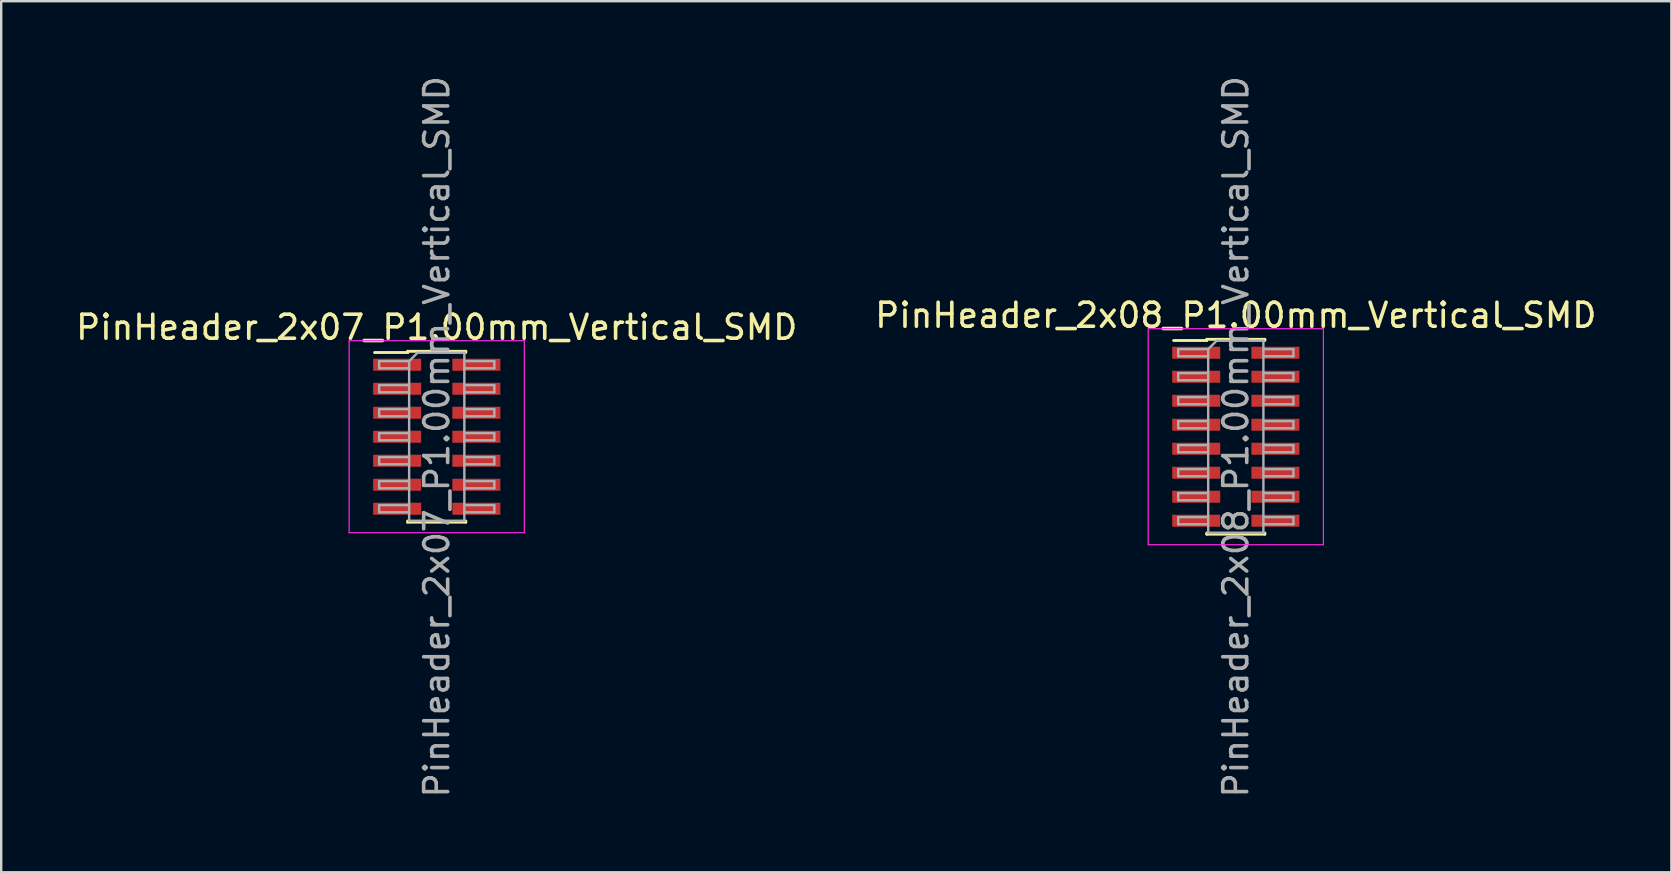
<source format=kicad_pcb>
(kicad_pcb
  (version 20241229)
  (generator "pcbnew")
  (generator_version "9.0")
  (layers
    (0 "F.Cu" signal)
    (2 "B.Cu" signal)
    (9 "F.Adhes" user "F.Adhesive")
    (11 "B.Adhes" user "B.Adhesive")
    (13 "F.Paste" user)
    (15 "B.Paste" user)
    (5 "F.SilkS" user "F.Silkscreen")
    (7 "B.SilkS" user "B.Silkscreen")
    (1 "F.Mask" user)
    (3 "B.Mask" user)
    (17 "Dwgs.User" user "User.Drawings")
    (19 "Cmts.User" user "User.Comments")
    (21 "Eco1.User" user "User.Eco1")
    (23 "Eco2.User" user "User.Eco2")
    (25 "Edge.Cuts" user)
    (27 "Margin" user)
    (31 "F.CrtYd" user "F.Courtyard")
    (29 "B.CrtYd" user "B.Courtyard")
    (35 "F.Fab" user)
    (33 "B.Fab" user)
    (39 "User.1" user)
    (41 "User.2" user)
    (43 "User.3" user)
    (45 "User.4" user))
  (footprint "PinHeader_2x08_P1.00mm_Vertical_SMD"
    (layer "F.Cu")
    (at 48.446 15.149)
    (property "Reference" "PinHeader_2x08_P1.00mm_Vertical_SMD" (at 0 -5.06 0) (layer "F.SilkS") (effects (font (size 1 1) (thickness 0.15))))
    (attr smd)
    (fp_line (start -2.59 -4.01) (end -1.21 -4.01) (stroke (width 0.12) (type solid)) (layer "F.SilkS"))
    (fp_line (start -1.21 -4.06) (end -1.21 -4.01) (stroke (width 0.12) (type solid)) (layer "F.SilkS"))
    (fp_line (start -1.21 -4.06) (end 1.21 -4.06) (stroke (width 0.12) (type solid)) (layer "F.SilkS"))
    (fp_line (start -1.21 4.01) (end -1.21 4.06) (stroke (width 0.12) (type solid)) (layer "F.SilkS"))
    (fp_line (start -1.21 4.06) (end 1.21 4.06) (stroke (width 0.12) (type solid)) (layer "F.SilkS"))
    (fp_line (start 1.21 -4.06) (end 1.21 -4.01) (stroke (width 0.12) (type solid)) (layer "F.SilkS"))
    (fp_line (start 1.21 4.01) (end 1.21 4.06) (stroke (width 0.12) (type solid)) (layer "F.SilkS"))
    (fp_line (start -3.65 -4.5) (end -3.65 4.5) (stroke (width 0.05) (type solid)) (layer "F.CrtYd"))
    (fp_line (start -3.65 4.5) (end 3.65 4.5) (stroke (width 0.05) (type solid)) (layer "F.CrtYd"))
    (fp_line (start 3.65 -4.5) (end -3.65 -4.5) (stroke (width 0.05) (type solid)) (layer "F.CrtYd"))
    (fp_line (start 3.65 4.5) (end 3.65 -4.5) (stroke (width 0.05) (type solid)) (layer "F.CrtYd"))
    (fp_line (start -2.4 -3.65) (end -2.4 -3.35) (stroke (width 0.1) (type solid)) (layer "F.Fab"))
    (fp_line (start -2.4 -3.35) (end -1.15 -3.35) (stroke (width 0.1) (type solid)) (layer "F.Fab"))
    (fp_line (start -2.4 -2.65) (end -2.4 -2.35) (stroke (width 0.1) (type solid)) (layer "F.Fab"))
    (fp_line (start -2.4 -2.35) (end -1.15 -2.35) (stroke (width 0.1) (type solid)) (layer "F.Fab"))
    (fp_line (start -2.4 -1.65) (end -2.4 -1.35) (stroke (width 0.1) (type solid)) (layer "F.Fab"))
    (fp_line (start -2.4 -1.35) (end -1.15 -1.35) (stroke (width 0.1) (type solid)) (layer "F.Fab"))
    (fp_line (start -2.4 -0.65) (end -2.4 -0.35) (stroke (width 0.1) (type solid)) (layer "F.Fab"))
    (fp_line (start -2.4 -0.35) (end -1.15 -0.35) (stroke (width 0.1) (type solid)) (layer "F.Fab"))
    (fp_line (start -2.4 0.35) (end -2.4 0.65) (stroke (width 0.1) (type solid)) (layer "F.Fab"))
    (fp_line (start -2.4 0.65) (end -1.15 0.65) (stroke (width 0.1) (type solid)) (layer "F.Fab"))
    (fp_line (start -2.4 1.35) (end -2.4 1.65) (stroke (width 0.1) (type solid)) (layer "F.Fab"))
    (fp_line (start -2.4 1.65) (end -1.15 1.65) (stroke (width 0.1) (type solid)) (layer "F.Fab"))
    (fp_line (start -2.4 2.35) (end -2.4 2.65) (stroke (width 0.1) (type solid)) (layer "F.Fab"))
    (fp_line (start -2.4 2.65) (end -1.15 2.65) (stroke (width 0.1) (type solid)) (layer "F.Fab"))
    (fp_line (start -2.4 3.35) (end -2.4 3.65) (stroke (width 0.1) (type solid)) (layer "F.Fab"))
    (fp_line (start -2.4 3.65) (end -1.15 3.65) (stroke (width 0.1) (type solid)) (layer "F.Fab"))
    (fp_line (start -1.15 -3.65) (end -2.4 -3.65) (stroke (width 0.1) (type solid)) (layer "F.Fab"))
    (fp_line (start -1.15 -3.65) (end -0.8 -4) (stroke (width 0.1) (type solid)) (layer "F.Fab"))
    (fp_line (start -1.15 -2.65) (end -2.4 -2.65) (stroke (width 0.1) (type solid)) (layer "F.Fab"))
    (fp_line (start -1.15 -1.65) (end -2.4 -1.65) (stroke (width 0.1) (type solid)) (layer "F.Fab"))
    (fp_line (start -1.15 -0.65) (end -2.4 -0.65) (stroke (width 0.1) (type solid)) (layer "F.Fab"))
    (fp_line (start -1.15 0.35) (end -2.4 0.35) (stroke (width 0.1) (type solid)) (layer "F.Fab"))
    (fp_line (start -1.15 1.35) (end -2.4 1.35) (stroke (width 0.1) (type solid)) (layer "F.Fab"))
    (fp_line (start -1.15 2.35) (end -2.4 2.35) (stroke (width 0.1) (type solid)) (layer "F.Fab"))
    (fp_line (start -1.15 3.35) (end -2.4 3.35) (stroke (width 0.1) (type solid)) (layer "F.Fab"))
    (fp_line (start -1.15 4) (end -1.15 -3.65) (stroke (width 0.1) (type solid)) (layer "F.Fab"))
    (fp_line (start -0.8 -4) (end 1.15 -4) (stroke (width 0.1) (type solid)) (layer "F.Fab"))
    (fp_line (start 1.15 -4) (end 1.15 4) (stroke (width 0.1) (type solid)) (layer "F.Fab"))
    (fp_line (start 1.15 -3.65) (end 2.4 -3.65) (stroke (width 0.1) (type solid)) (layer "F.Fab"))
    (fp_line (start 1.15 -2.65) (end 2.4 -2.65) (stroke (width 0.1) (type solid)) (layer "F.Fab"))
    (fp_line (start 1.15 -1.65) (end 2.4 -1.65) (stroke (width 0.1) (type solid)) (layer "F.Fab"))
    (fp_line (start 1.15 -0.65) (end 2.4 -0.65) (stroke (width 0.1) (type solid)) (layer "F.Fab"))
    (fp_line (start 1.15 0.35) (end 2.4 0.35) (stroke (width 0.1) (type solid)) (layer "F.Fab"))
    (fp_line (start 1.15 1.35) (end 2.4 1.35) (stroke (width 0.1) (type solid)) (layer "F.Fab"))
    (fp_line (start 1.15 2.35) (end 2.4 2.35) (stroke (width 0.1) (type solid)) (layer "F.Fab"))
    (fp_line (start 1.15 3.35) (end 2.4 3.35) (stroke (width 0.1) (type solid)) (layer "F.Fab"))
    (fp_line (start 1.15 4) (end -1.15 4) (stroke (width 0.1) (type solid)) (layer "F.Fab"))
    (fp_line (start 2.4 -3.65) (end 2.4 -3.35) (stroke (width 0.1) (type solid)) (layer "F.Fab"))
    (fp_line (start 2.4 -3.35) (end 1.15 -3.35) (stroke (width 0.1) (type solid)) (layer "F.Fab"))
    (fp_line (start 2.4 -2.65) (end 2.4 -2.35) (stroke (width 0.1) (type solid)) (layer "F.Fab"))
    (fp_line (start 2.4 -2.35) (end 1.15 -2.35) (stroke (width 0.1) (type solid)) (layer "F.Fab"))
    (fp_line (start 2.4 -1.65) (end 2.4 -1.35) (stroke (width 0.1) (type solid)) (layer "F.Fab"))
    (fp_line (start 2.4 -1.35) (end 1.15 -1.35) (stroke (width 0.1) (type solid)) (layer "F.Fab"))
    (fp_line (start 2.4 -0.65) (end 2.4 -0.35) (stroke (width 0.1) (type solid)) (layer "F.Fab"))
    (fp_line (start 2.4 -0.35) (end 1.15 -0.35) (stroke (width 0.1) (type solid)) (layer "F.Fab"))
    (fp_line (start 2.4 0.35) (end 2.4 0.65) (stroke (width 0.1) (type solid)) (layer "F.Fab"))
    (fp_line (start 2.4 0.65) (end 1.15 0.65) (stroke (width 0.1) (type solid)) (layer "F.Fab"))
    (fp_line (start 2.4 1.35) (end 2.4 1.65) (stroke (width 0.1) (type solid)) (layer "F.Fab"))
    (fp_line (start 2.4 1.65) (end 1.15 1.65) (stroke (width 0.1) (type solid)) (layer "F.Fab"))
    (fp_line (start 2.4 2.35) (end 2.4 2.65) (stroke (width 0.1) (type solid)) (layer "F.Fab"))
    (fp_line (start 2.4 2.65) (end 1.15 2.65) (stroke (width 0.1) (type solid)) (layer "F.Fab"))
    (fp_line (start 2.4 3.35) (end 2.4 3.65) (stroke (width 0.1) (type solid)) (layer "F.Fab"))
    (fp_line (start 2.4 3.65) (end 1.15 3.65) (stroke (width 0.1) (type solid)) (layer "F.Fab"))
    (fp_text user "${REFERENCE}" (at 0 0 90) (layer "F.Fab") (effects (font (size 1 1) (thickness 0.15))))
    (pad "1" smd rect (at -1.65 -3.5) (size 2 0.5) (layers "F.Cu" "F.Mask" "F.Paste"))
    (pad "2" smd rect (at 1.65 -3.5) (size 2 0.5) (layers "F.Cu" "F.Mask" "F.Paste"))
    (pad "3" smd rect (at -1.65 -2.5) (size 2 0.5) (layers "F.Cu" "F.Mask" "F.Paste"))
    (pad "4" smd rect (at 1.65 -2.5) (size 2 0.5) (layers "F.Cu" "F.Mask" "F.Paste"))
    (pad "5" smd rect (at -1.65 -1.5) (size 2 0.5) (layers "F.Cu" "F.Mask" "F.Paste"))
    (pad "6" smd rect (at 1.65 -1.5) (size 2 0.5) (layers "F.Cu" "F.Mask" "F.Paste"))
    (pad "7" smd rect (at -1.65 -0.5) (size 2 0.5) (layers "F.Cu" "F.Mask" "F.Paste"))
    (pad "8" smd rect (at 1.65 -0.5) (size 2 0.5) (layers "F.Cu" "F.Mask" "F.Paste"))
    (pad "9" smd rect (at -1.65 0.5) (size 2 0.5) (layers "F.Cu" "F.Mask" "F.Paste"))
    (pad "10" smd rect (at 1.65 0.5) (size 2 0.5) (layers "F.Cu" "F.Mask" "F.Paste"))
    (pad "11" smd rect (at -1.65 1.5) (size 2 0.5) (layers "F.Cu" "F.Mask" "F.Paste"))
    (pad "12" smd rect (at 1.65 1.5) (size 2 0.5) (layers "F.Cu" "F.Mask" "F.Paste"))
    (pad "13" smd rect (at -1.65 2.5) (size 2 0.5) (layers "F.Cu" "F.Mask" "F.Paste"))
    (pad "14" smd rect (at 1.65 2.5) (size 2 0.5) (layers "F.Cu" "F.Mask" "F.Paste"))
    (pad "15" smd rect (at -1.65 3.5) (size 2 0.5) (layers "F.Cu" "F.Mask" "F.Paste"))
    (pad "16" smd rect (at 1.65 3.5) (size 2 0.5) (layers "F.Cu" "F.Mask" "F.Paste")))
  (footprint "PinHeader_2x07_P1.00mm_Vertical_SMD"
    (layer "F.Cu")
    (at 15.149 15.149)
    (property "Reference" "PinHeader_2x07_P1.00mm_Vertical_SMD" (at 0 -4.56 0) (layer "F.SilkS") (effects (font (size 1 1) (thickness 0.15))))
    (attr smd)
    (fp_line (start -2.59 -3.51) (end -1.21 -3.51) (stroke (width 0.12) (type solid)) (layer "F.SilkS"))
    (fp_line (start -1.21 -3.56) (end -1.21 -3.51) (stroke (width 0.12) (type solid)) (layer "F.SilkS"))
    (fp_line (start -1.21 -3.56) (end 1.21 -3.56) (stroke (width 0.12) (type solid)) (layer "F.SilkS"))
    (fp_line (start -1.21 3.51) (end -1.21 3.56) (stroke (width 0.12) (type solid)) (layer "F.SilkS"))
    (fp_line (start -1.21 3.56) (end 1.21 3.56) (stroke (width 0.12) (type solid)) (layer "F.SilkS"))
    (fp_line (start 1.21 -3.56) (end 1.21 -3.51) (stroke (width 0.12) (type solid)) (layer "F.SilkS"))
    (fp_line (start 1.21 3.51) (end 1.21 3.56) (stroke (width 0.12) (type solid)) (layer "F.SilkS"))
    (fp_line (start -3.65 -4) (end -3.65 4) (stroke (width 0.05) (type solid)) (layer "F.CrtYd"))
    (fp_line (start -3.65 4) (end 3.65 4) (stroke (width 0.05) (type solid)) (layer "F.CrtYd"))
    (fp_line (start 3.65 -4) (end -3.65 -4) (stroke (width 0.05) (type solid)) (layer "F.CrtYd"))
    (fp_line (start 3.65 4) (end 3.65 -4) (stroke (width 0.05) (type solid)) (layer "F.CrtYd"))
    (fp_line (start -2.4 -3.15) (end -2.4 -2.85) (stroke (width 0.1) (type solid)) (layer "F.Fab"))
    (fp_line (start -2.4 -2.85) (end -1.15 -2.85) (stroke (width 0.1) (type solid)) (layer "F.Fab"))
    (fp_line (start -2.4 -2.15) (end -2.4 -1.85) (stroke (width 0.1) (type solid)) (layer "F.Fab"))
    (fp_line (start -2.4 -1.85) (end -1.15 -1.85) (stroke (width 0.1) (type solid)) (layer "F.Fab"))
    (fp_line (start -2.4 -1.15) (end -2.4 -0.85) (stroke (width 0.1) (type solid)) (layer "F.Fab"))
    (fp_line (start -2.4 -0.85) (end -1.15 -0.85) (stroke (width 0.1) (type solid)) (layer "F.Fab"))
    (fp_line (start -2.4 -0.15) (end -2.4 0.15) (stroke (width 0.1) (type solid)) (layer "F.Fab"))
    (fp_line (start -2.4 0.15) (end -1.15 0.15) (stroke (width 0.1) (type solid)) (layer "F.Fab"))
    (fp_line (start -2.4 0.85) (end -2.4 1.15) (stroke (width 0.1) (type solid)) (layer "F.Fab"))
    (fp_line (start -2.4 1.15) (end -1.15 1.15) (stroke (width 0.1) (type solid)) (layer "F.Fab"))
    (fp_line (start -2.4 1.85) (end -2.4 2.15) (stroke (width 0.1) (type solid)) (layer "F.Fab"))
    (fp_line (start -2.4 2.15) (end -1.15 2.15) (stroke (width 0.1) (type solid)) (layer "F.Fab"))
    (fp_line (start -2.4 2.85) (end -2.4 3.15) (stroke (width 0.1) (type solid)) (layer "F.Fab"))
    (fp_line (start -2.4 3.15) (end -1.15 3.15) (stroke (width 0.1) (type solid)) (layer "F.Fab"))
    (fp_line (start -1.15 -3.15) (end -2.4 -3.15) (stroke (width 0.1) (type solid)) (layer "F.Fab"))
    (fp_line (start -1.15 -3.15) (end -0.8 -3.5) (stroke (width 0.1) (type solid)) (layer "F.Fab"))
    (fp_line (start -1.15 -2.15) (end -2.4 -2.15) (stroke (width 0.1) (type solid)) (layer "F.Fab"))
    (fp_line (start -1.15 -1.15) (end -2.4 -1.15) (stroke (width 0.1) (type solid)) (layer "F.Fab"))
    (fp_line (start -1.15 -0.15) (end -2.4 -0.15) (stroke (width 0.1) (type solid)) (layer "F.Fab"))
    (fp_line (start -1.15 0.85) (end -2.4 0.85) (stroke (width 0.1) (type solid)) (layer "F.Fab"))
    (fp_line (start -1.15 1.85) (end -2.4 1.85) (stroke (width 0.1) (type solid)) (layer "F.Fab"))
    (fp_line (start -1.15 2.85) (end -2.4 2.85) (stroke (width 0.1) (type solid)) (layer "F.Fab"))
    (fp_line (start -1.15 3.5) (end -1.15 -3.15) (stroke (width 0.1) (type solid)) (layer "F.Fab"))
    (fp_line (start -0.8 -3.5) (end 1.15 -3.5) (stroke (width 0.1) (type solid)) (layer "F.Fab"))
    (fp_line (start 1.15 -3.5) (end 1.15 3.5) (stroke (width 0.1) (type solid)) (layer "F.Fab"))
    (fp_line (start 1.15 -3.15) (end 2.4 -3.15) (stroke (width 0.1) (type solid)) (layer "F.Fab"))
    (fp_line (start 1.15 -2.15) (end 2.4 -2.15) (stroke (width 0.1) (type solid)) (layer "F.Fab"))
    (fp_line (start 1.15 -1.15) (end 2.4 -1.15) (stroke (width 0.1) (type solid)) (layer "F.Fab"))
    (fp_line (start 1.15 -0.15) (end 2.4 -0.15) (stroke (width 0.1) (type solid)) (layer "F.Fab"))
    (fp_line (start 1.15 0.85) (end 2.4 0.85) (stroke (width 0.1) (type solid)) (layer "F.Fab"))
    (fp_line (start 1.15 1.85) (end 2.4 1.85) (stroke (width 0.1) (type solid)) (layer "F.Fab"))
    (fp_line (start 1.15 2.85) (end 2.4 2.85) (stroke (width 0.1) (type solid)) (layer "F.Fab"))
    (fp_line (start 1.15 3.5) (end -1.15 3.5) (stroke (width 0.1) (type solid)) (layer "F.Fab"))
    (fp_line (start 2.4 -3.15) (end 2.4 -2.85) (stroke (width 0.1) (type solid)) (layer "F.Fab"))
    (fp_line (start 2.4 -2.85) (end 1.15 -2.85) (stroke (width 0.1) (type solid)) (layer "F.Fab"))
    (fp_line (start 2.4 -2.15) (end 2.4 -1.85) (stroke (width 0.1) (type solid)) (layer "F.Fab"))
    (fp_line (start 2.4 -1.85) (end 1.15 -1.85) (stroke (width 0.1) (type solid)) (layer "F.Fab"))
    (fp_line (start 2.4 -1.15) (end 2.4 -0.85) (stroke (width 0.1) (type solid)) (layer "F.Fab"))
    (fp_line (start 2.4 -0.85) (end 1.15 -0.85) (stroke (width 0.1) (type solid)) (layer "F.Fab"))
    (fp_line (start 2.4 -0.15) (end 2.4 0.15) (stroke (width 0.1) (type solid)) (layer "F.Fab"))
    (fp_line (start 2.4 0.15) (end 1.15 0.15) (stroke (width 0.1) (type solid)) (layer "F.Fab"))
    (fp_line (start 2.4 0.85) (end 2.4 1.15) (stroke (width 0.1) (type solid)) (layer "F.Fab"))
    (fp_line (start 2.4 1.15) (end 1.15 1.15) (stroke (width 0.1) (type solid)) (layer "F.Fab"))
    (fp_line (start 2.4 1.85) (end 2.4 2.15) (stroke (width 0.1) (type solid)) (layer "F.Fab"))
    (fp_line (start 2.4 2.15) (end 1.15 2.15) (stroke (width 0.1) (type solid)) (layer "F.Fab"))
    (fp_line (start 2.4 2.85) (end 2.4 3.15) (stroke (width 0.1) (type solid)) (layer "F.Fab"))
    (fp_line (start 2.4 3.15) (end 1.15 3.15) (stroke (width 0.1) (type solid)) (layer "F.Fab"))
    (fp_text user "${REFERENCE}" (at 0 0 90) (layer "F.Fab") (effects (font (size 1 1) (thickness 0.15))))
    (pad "1" smd rect (at -1.65 -3) (size 2 0.5) (layers "F.Cu" "F.Mask" "F.Paste"))
    (pad "2" smd rect (at 1.65 -3) (size 2 0.5) (layers "F.Cu" "F.Mask" "F.Paste"))
    (pad "3" smd rect (at -1.65 -2) (size 2 0.5) (layers "F.Cu" "F.Mask" "F.Paste"))
    (pad "4" smd rect (at 1.65 -2) (size 2 0.5) (layers "F.Cu" "F.Mask" "F.Paste"))
    (pad "5" smd rect (at -1.65 -1) (size 2 0.5) (layers "F.Cu" "F.Mask" "F.Paste"))
    (pad "6" smd rect (at 1.65 -1) (size 2 0.5) (layers "F.Cu" "F.Mask" "F.Paste"))
    (pad "7" smd rect (at -1.65 0) (size 2 0.5) (layers "F.Cu" "F.Mask" "F.Paste"))
    (pad "8" smd rect (at 1.65 0) (size 2 0.5) (layers "F.Cu" "F.Mask" "F.Paste"))
    (pad "9" smd rect (at -1.65 1) (size 2 0.5) (layers "F.Cu" "F.Mask" "F.Paste"))
    (pad "10" smd rect (at 1.65 1) (size 2 0.5) (layers "F.Cu" "F.Mask" "F.Paste"))
    (pad "11" smd rect (at -1.65 2) (size 2 0.5) (layers "F.Cu" "F.Mask" "F.Paste"))
    (pad "12" smd rect (at 1.65 2) (size 2 0.5) (layers "F.Cu" "F.Mask" "F.Paste"))
    (pad "13" smd rect (at -1.65 3) (size 2 0.5) (layers "F.Cu" "F.Mask" "F.Paste"))
    (pad "14" smd rect (at 1.65 3) (size 2 0.5) (layers "F.Cu" "F.Mask" "F.Paste")))
  (gr_rect
    (start -3 -3)
    (end 66.595 33.298)
    (stroke (width 0.1) (type default))
    (fill no)
    (layer "Edge.Cuts")))
</source>
